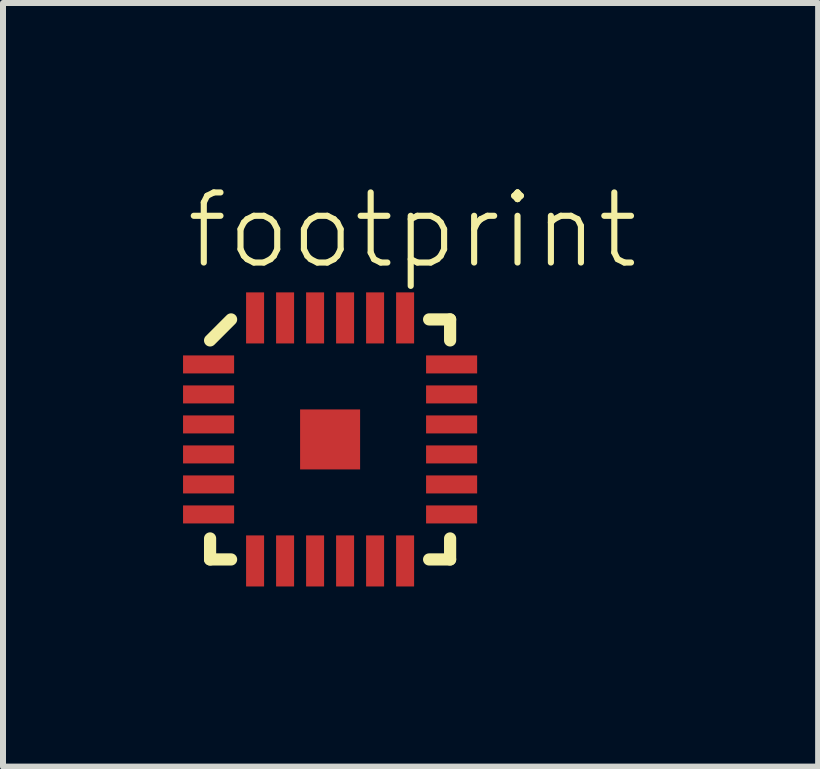
<source format=kicad_pcb>
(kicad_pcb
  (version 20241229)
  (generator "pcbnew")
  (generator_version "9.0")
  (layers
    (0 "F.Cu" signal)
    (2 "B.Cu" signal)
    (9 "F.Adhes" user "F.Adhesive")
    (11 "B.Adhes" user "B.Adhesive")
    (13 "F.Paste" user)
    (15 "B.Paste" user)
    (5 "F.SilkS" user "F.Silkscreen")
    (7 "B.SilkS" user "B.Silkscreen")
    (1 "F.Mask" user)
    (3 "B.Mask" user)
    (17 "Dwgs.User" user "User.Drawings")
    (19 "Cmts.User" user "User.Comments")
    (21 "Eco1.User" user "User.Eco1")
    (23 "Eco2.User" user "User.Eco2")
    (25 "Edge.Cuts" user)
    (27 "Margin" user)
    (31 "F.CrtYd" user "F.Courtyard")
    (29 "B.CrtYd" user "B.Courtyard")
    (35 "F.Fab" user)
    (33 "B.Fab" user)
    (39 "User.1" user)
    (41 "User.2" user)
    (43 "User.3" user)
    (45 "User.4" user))
  (footprint "footprint"
    (layer "F.Cu")
    (at 2.451 4.273)
    (property "Reference" "footprint" (at -2.45 -2.8 0) (layer "F.SilkS") (effects (font (size 1.168 1.168) (thickness 0.102)) (justify left bottom)))
    (fp_poly (pts (xy -0.5 0.5) (xy 0.5 0.5) (xy 0.5 -0.5) (xy -0.5 -0.5)) (stroke (width 0) (type solid)) (fill yes) (layer "F.Cu"))
    (fp_poly (pts (xy -0.5 0.5) (xy 0.5 0.5) (xy 0.5 -0.5) (xy -0.5 -0.5)) (stroke (width 0) (type solid)) (fill yes) (layer "F.Mask"))
    (fp_line (start -2 2) (end -2 1.65) (stroke (width 0.203) (type solid)) (layer "F.SilkS"))
    (fp_line (start -1.65 -2) (end -2 -1.65) (stroke (width 0.203) (type solid)) (layer "F.SilkS"))
    (fp_line (start -1.65 2) (end -2 2) (stroke (width 0.203) (type solid)) (layer "F.SilkS"))
    (fp_line (start 1.65 2) (end 2 2) (stroke (width 0.203) (type solid)) (layer "F.SilkS"))
    (fp_line (start 2 -2) (end 1.65 -2) (stroke (width 0.203) (type solid)) (layer "F.SilkS"))
    (fp_line (start 2 -1.65) (end 2 -2) (stroke (width 0.203) (type solid)) (layer "F.SilkS"))
    (fp_line (start 2 1.65) (end 2 2) (stroke (width 0.203) (type solid)) (layer "F.SilkS"))
    (fp_poly (pts (xy -2.451 -1.101) (xy -1.683 -1.101) (xy -1.683 -1.401) (xy -2.451 -1.401)) (stroke (width 0) (type solid)) (fill yes) (layer "F.Paste"))
    (fp_poly (pts (xy -2.451 1.398) (xy -1.683 1.398) (xy -1.683 1.098) (xy -2.451 1.098)) (stroke (width 0) (type solid)) (fill yes) (layer "F.Paste"))
    (fp_poly (pts (xy -2.45 0.4) (xy -1.682 0.4) (xy -1.682 0.099) (xy -2.45 0.099)) (stroke (width 0) (type solid)) (fill yes) (layer "F.Paste"))
    (fp_poly (pts (xy -2.45 -0.601) (xy -1.681 -0.601) (xy -1.681 -0.901) (xy -2.45 -0.901)) (stroke (width 0) (type solid)) (fill yes) (layer "F.Paste"))
    (fp_poly (pts (xy -2.45 -0.1) (xy -1.681 -0.1) (xy -1.681 -0.4) (xy -2.45 -0.4)) (stroke (width 0) (type solid)) (fill yes) (layer "F.Paste"))
    (fp_poly (pts (xy -2.45 0.901) (xy -1.681 0.901) (xy -1.681 0.6) (xy -2.45 0.6)) (stroke (width 0) (type solid)) (fill yes) (layer "F.Paste"))
    (fp_poly (pts (xy -1.4 1.682) (xy -1.4 2.45) (xy -1.1 2.45) (xy -1.1 1.682)) (stroke (width 0) (type solid)) (fill yes) (layer "F.Paste"))
    (fp_poly (pts (xy -1.099 -1.682) (xy -1.099 -2.45) (xy -1.399 -2.45) (xy -1.399 -1.682)) (stroke (width 0) (type solid)) (fill yes) (layer "F.Paste"))
    (fp_poly (pts (xy -0.902 1.683) (xy -0.902 2.452) (xy -0.602 2.452) (xy -0.602 1.683)) (stroke (width 0) (type solid)) (fill yes) (layer "F.Paste"))
    (fp_poly (pts (xy -0.599 -1.683) (xy -0.599 -2.451) (xy -0.899 -2.451) (xy -0.899 -1.683)) (stroke (width 0) (type solid)) (fill yes) (layer "F.Paste"))
    (fp_poly (pts (xy -0.401 1.683) (xy -0.401 2.451) (xy -0.101 2.451) (xy -0.101 1.683)) (stroke (width 0) (type solid)) (fill yes) (layer "F.Paste"))
    (fp_poly (pts (xy -0.178 0.178) (xy 0.178 0.178) (xy 0.178 -0.178) (xy -0.178 -0.178)) (stroke (width 0) (type solid)) (fill yes) (layer "F.Paste"))
    (fp_poly (pts (xy -0.098 -1.683) (xy -0.098 -2.451) (xy -0.399 -2.451) (xy -0.399 -1.683)) (stroke (width 0) (type solid)) (fill yes) (layer "F.Paste"))
    (fp_poly (pts (xy 0.099 1.683) (xy 0.099 2.452) (xy 0.399 2.452) (xy 0.399 1.683)) (stroke (width 0) (type solid)) (fill yes) (layer "F.Paste"))
    (fp_poly (pts (xy 0.401 -1.683) (xy 0.401 -2.451) (xy 0.101 -2.451) (xy 0.101 -1.683)) (stroke (width 0) (type solid)) (fill yes) (layer "F.Paste"))
    (fp_poly (pts (xy 0.599 1.683) (xy 0.599 2.452) (xy 0.899 2.452) (xy 0.899 1.683)) (stroke (width 0) (type solid)) (fill yes) (layer "F.Paste"))
    (fp_poly (pts (xy 0.902 -1.683) (xy 0.902 -2.452) (xy 0.602 -2.452) (xy 0.602 -1.683)) (stroke (width 0) (type solid)) (fill yes) (layer "F.Paste"))
    (fp_poly (pts (xy 1.099 1.682) (xy 1.099 2.45) (xy 1.399 2.45) (xy 1.399 1.682)) (stroke (width 0) (type solid)) (fill yes) (layer "F.Paste"))
    (fp_poly (pts (xy 1.4 -1.682) (xy 1.4 -2.45) (xy 1.1 -2.45) (xy 1.1 -1.682)) (stroke (width 0) (type solid)) (fill yes) (layer "F.Paste"))
    (fp_poly (pts (xy 2.449 -0.901) (xy 1.68 -0.901) (xy 1.68 -0.601) (xy 2.449 -0.601)) (stroke (width 0) (type solid)) (fill yes) (layer "F.Paste"))
    (fp_poly (pts (xy 2.449 0.1) (xy 1.68 0.1) (xy 1.68 0.4) (xy 2.449 0.4)) (stroke (width 0) (type solid)) (fill yes) (layer "F.Paste"))
    (fp_poly (pts (xy 2.449 0.6) (xy 1.68 0.6) (xy 1.68 0.9) (xy 2.449 0.9)) (stroke (width 0) (type solid)) (fill yes) (layer "F.Paste"))
    (fp_poly (pts (xy 2.449 -0.4) (xy 1.681 -0.4) (xy 1.681 -0.1) (xy 2.449 -0.1)) (stroke (width 0) (type solid)) (fill yes) (layer "F.Paste"))
    (fp_poly (pts (xy 2.45 -1.399) (xy 1.681 -1.399) (xy 1.681 -1.099) (xy 2.45 -1.099)) (stroke (width 0) (type solid)) (fill yes) (layer "F.Paste"))
    (fp_poly (pts (xy 2.45 1.1) (xy 1.681 1.1) (xy 1.681 1.401) (xy 2.45 1.401)) (stroke (width 0) (type solid)) (fill yes) (layer "F.Paste"))
    (pad "1" smd rect (at -2.025 -1.25 180) (size 0.851 0.3) (layers "F.Cu" "F.Mask"))
    (pad "2" smd rect (at -2.025 -0.75 180) (size 0.851 0.3) (layers "F.Cu" "F.Mask"))
    (pad "3" smd rect (at -2.025 -0.25 180) (size 0.851 0.3) (layers "F.Cu" "F.Mask"))
    (pad "4" smd rect (at -2.025 0.25 180) (size 0.851 0.3) (layers "F.Cu" "F.Mask"))
    (pad "5" smd rect (at -2.025 0.75 180) (size 0.851 0.3) (layers "F.Cu" "F.Mask"))
    (pad "6" smd rect (at -2.025 1.25 180) (size 0.851 0.3) (layers "F.Cu" "F.Mask"))
    (pad "7" smd rect (at -1.25 2.025 90) (size 0.851 0.3) (layers "F.Cu" "F.Mask"))
    (pad "8" smd rect (at -0.75 2.025 90) (size 0.851 0.3) (layers "F.Cu" "F.Mask"))
    (pad "9" smd rect (at -0.25 2.025 90) (size 0.851 0.3) (layers "F.Cu" "F.Mask"))
    (pad "10" smd rect (at 0.25 2.025 90) (size 0.851 0.3) (layers "F.Cu" "F.Mask"))
    (pad "11" smd rect (at 0.75 2.025 90) (size 0.851 0.3) (layers "F.Cu" "F.Mask"))
    (pad "12" smd rect (at 1.25 2.025 90) (size 0.851 0.3) (layers "F.Cu" "F.Mask"))
    (pad "13" smd rect (at 2.025 1.25) (size 0.851 0.3) (layers "F.Cu" "F.Mask"))
    (pad "14" smd rect (at 2.025 0.75) (size 0.851 0.3) (layers "F.Cu" "F.Mask"))
    (pad "15" smd rect (at 2.025 0.25) (size 0.851 0.3) (layers "F.Cu" "F.Mask"))
    (pad "16" smd rect (at 2.025 -0.25) (size 0.851 0.3) (layers "F.Cu" "F.Mask"))
    (pad "17" smd rect (at 2.025 -0.75) (size 0.851 0.3) (layers "F.Cu" "F.Mask"))
    (pad "18" smd rect (at 2.025 -1.25) (size 0.851 0.3) (layers "F.Cu" "F.Mask"))
    (pad "19" smd rect (at 1.25 -2.025 270) (size 0.851 0.3) (layers "F.Cu" "F.Mask"))
    (pad "20" smd rect (at 0.75 -2.025 270) (size 0.851 0.3) (layers "F.Cu" "F.Mask"))
    (pad "21" smd rect (at 0.25 -2.025 270) (size 0.851 0.3) (layers "F.Cu" "F.Mask"))
    (pad "22" smd rect (at -0.25 -2.025 270) (size 0.851 0.3) (layers "F.Cu" "F.Mask"))
    (pad "23" smd rect (at -0.75 -2.025 270) (size 0.851 0.3) (layers "F.Cu" "F.Mask"))
    (pad "24" smd rect (at -1.25 -2.025 270) (size 0.851 0.3) (layers "F.Cu" "F.Mask")))
  (gr_rect
    (start -3 -3)
    (end 10.584 9.725)
    (stroke (width 0.1) (type default))
    (fill no)
    (layer "Edge.Cuts")))
</source>
